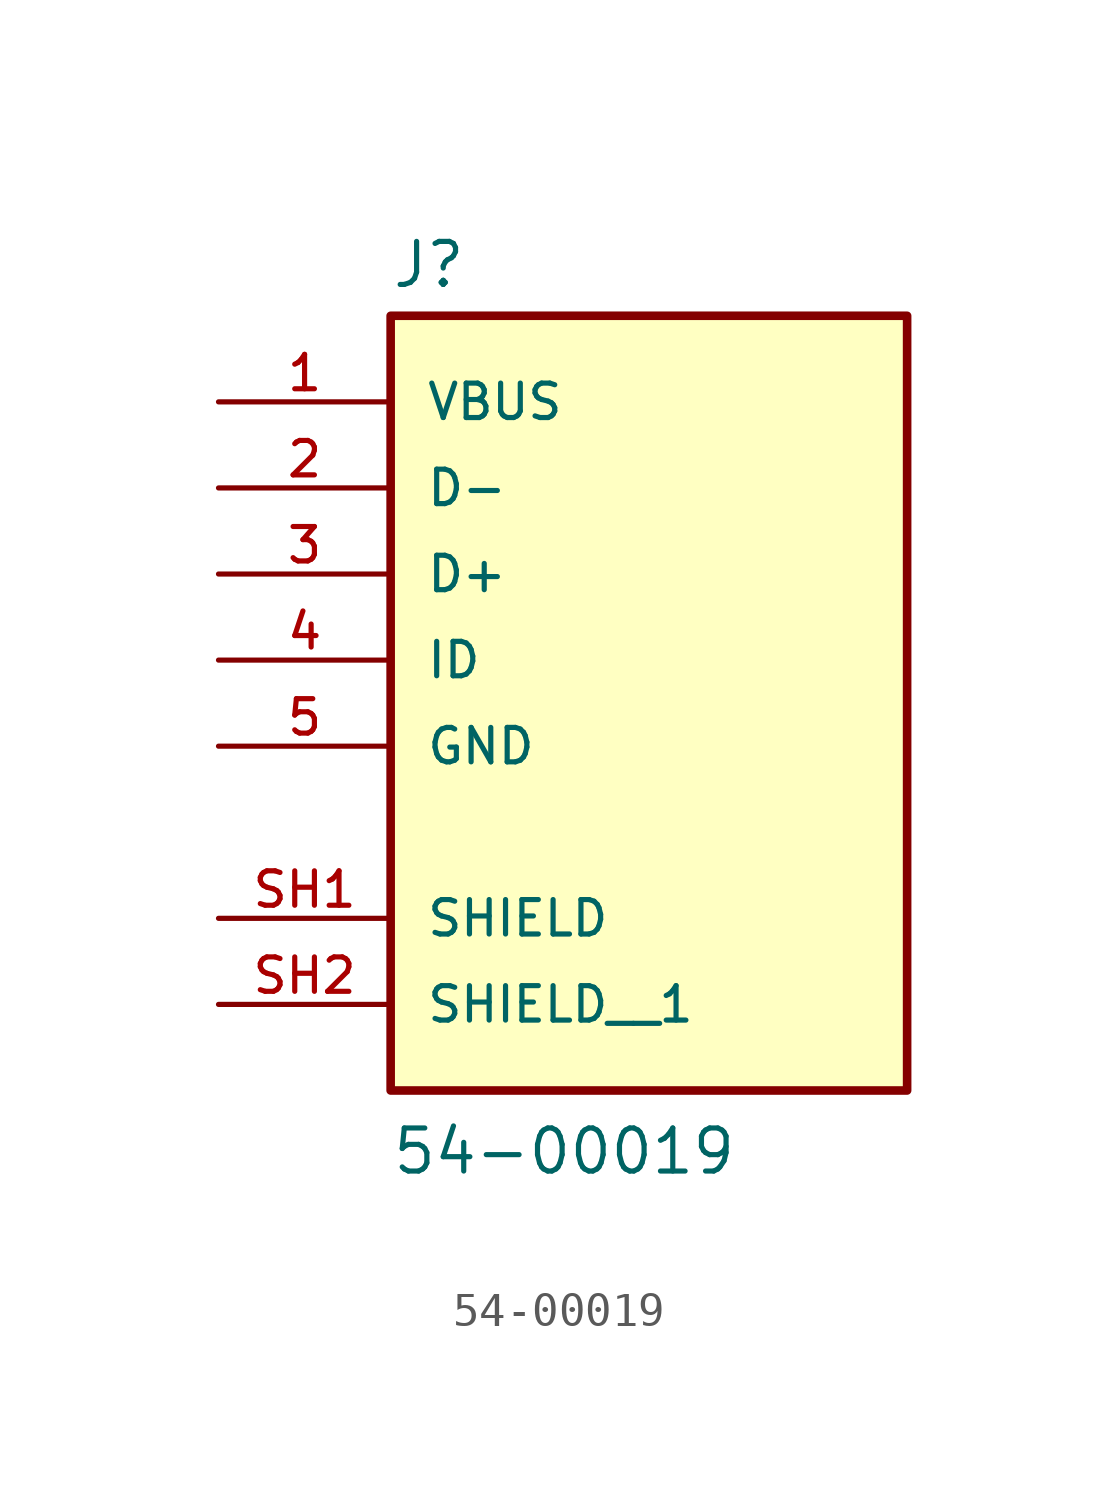
<source format=kicad_sym>
(kicad_symbol_lib
  (version 20211014)
  (generator kicad_symbol_editor)
  (symbol "54-00019"
    (pin_names
      (offset 1.016))
    (property "Reference" "J"
      (at -7.62 10.922 0)
      (effects (font (size 1.27 1.27)) (justify bottom left)))
    (property "Value" "54-00019"
      (at -7.62 -15.24 0)
      (effects (font (size 1.27 1.27)) (justify bottom left)))
    (symbol "54-00019_0_0"
      (rectangle (start -7.62 -12.7) (end 7.62 10.16) (stroke (width 0.254)) (fill (type background)))
      (pin bidirectional line (at -12.7 5.08 0) (length 5.08) (name "D-" (effects (font (size 1.016 1.016)))) (number "2" (effects (font (size 1.016 1.016)))))
      (pin bidirectional line (at -12.7 2.54 0) (length 5.08) (name "D+" (effects (font (size 1.016 1.016)))) (number "3" (effects (font (size 1.016 1.016)))))
      (pin bidirectional line (at -12.7 0.0 0) (length 5.08) (name "ID" (effects (font (size 1.016 1.016)))) (number "4" (effects (font (size 1.016 1.016)))))
      (pin power_in line (at -12.7 7.62 0) (length 5.08) (name "VBUS" (effects (font (size 1.016 1.016)))) (number "1" (effects (font (size 1.016 1.016)))))
      (pin power_in line (at -12.7 -2.54 0) (length 5.08) (name "GND" (effects (font (size 1.016 1.016)))) (number "5" (effects (font (size 1.016 1.016)))))
      (pin passive line (at -12.7 -7.62 0) (length 5.08) (name "SHIELD" (effects (font (size 1.016 1.016)))) (number "SH1" (effects (font (size 1.016 1.016)))))
      (pin passive line (at -12.7 -10.16 0) (length 5.08) (name "SHIELD__1" (effects (font (size 1.016 1.016)))) (number "SH2" (effects (font (size 1.016 1.016))))))))
</source>
